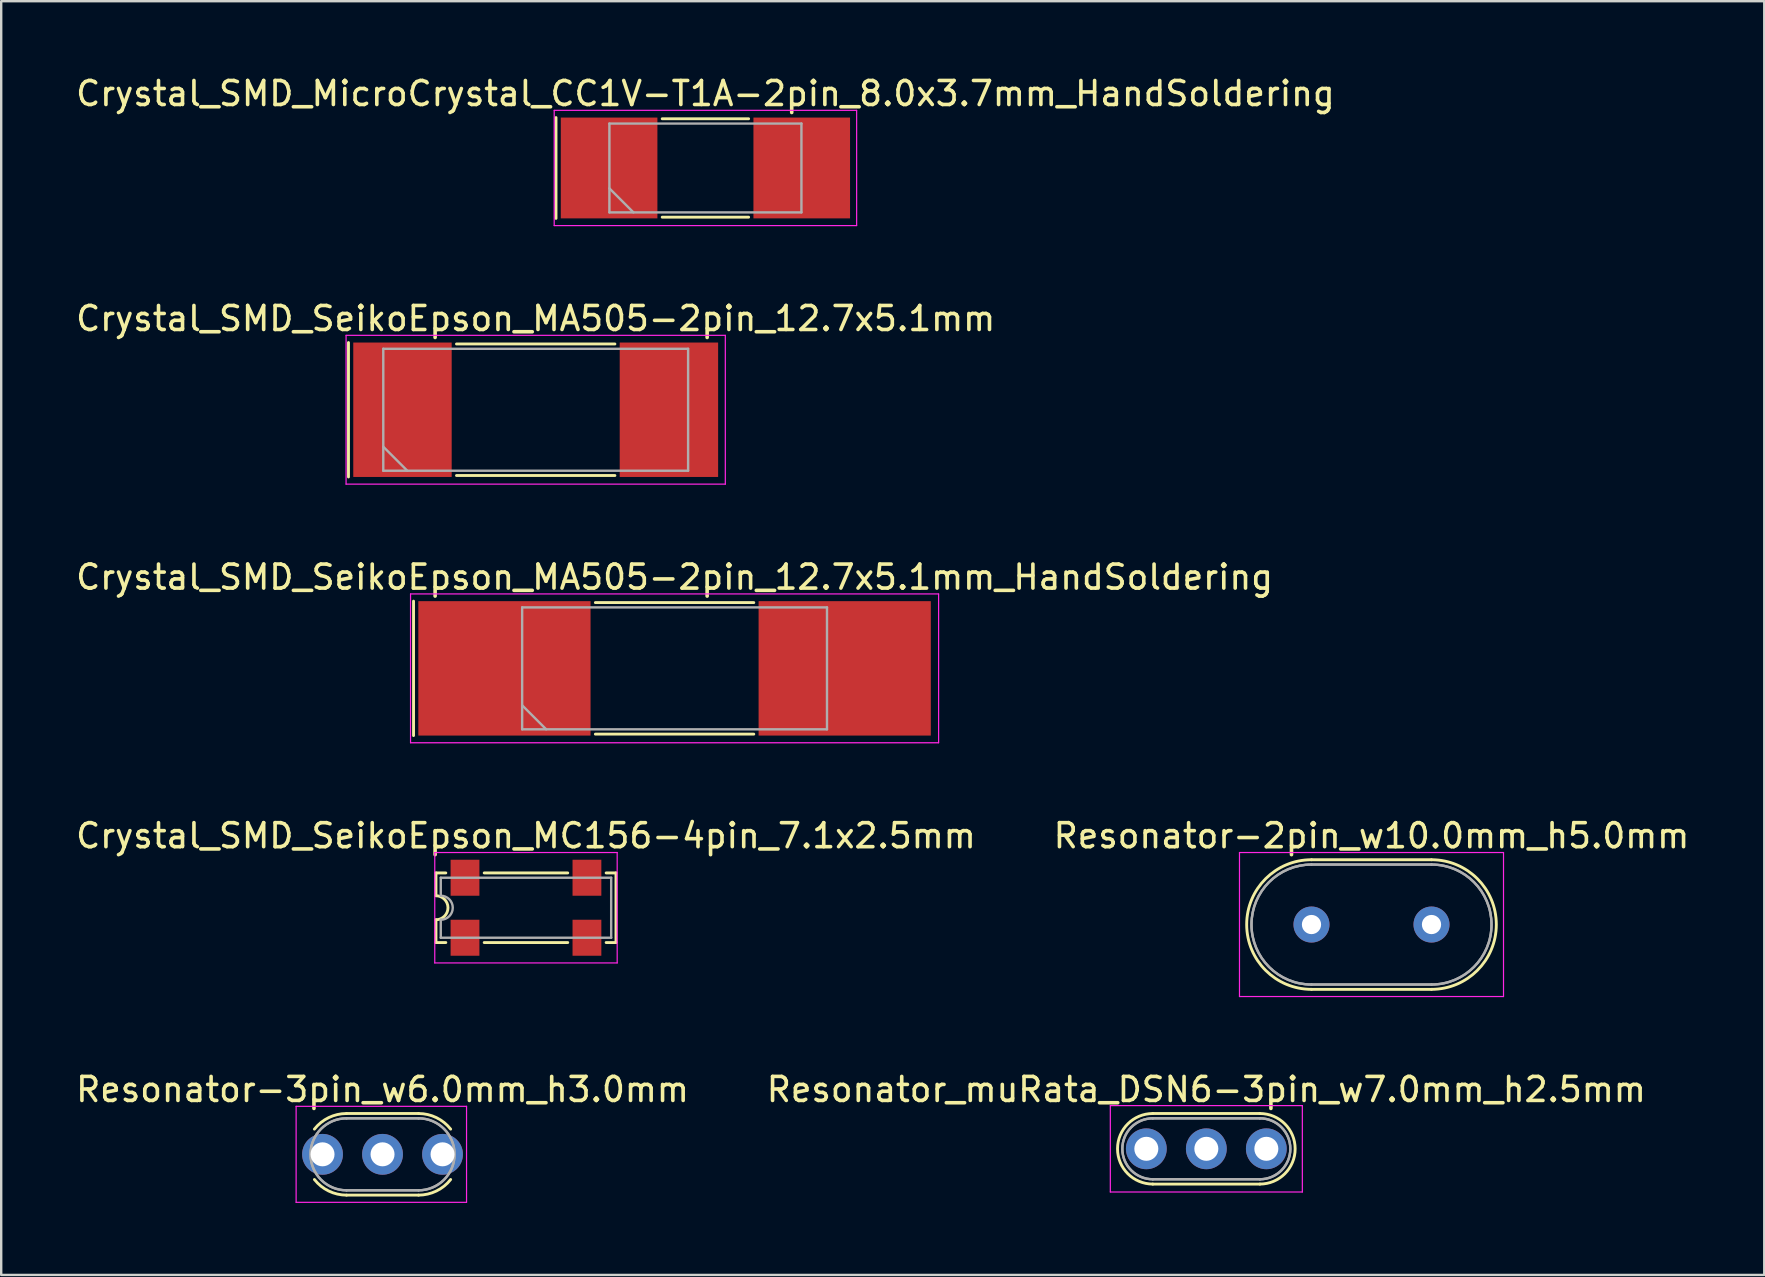
<source format=kicad_pcb>
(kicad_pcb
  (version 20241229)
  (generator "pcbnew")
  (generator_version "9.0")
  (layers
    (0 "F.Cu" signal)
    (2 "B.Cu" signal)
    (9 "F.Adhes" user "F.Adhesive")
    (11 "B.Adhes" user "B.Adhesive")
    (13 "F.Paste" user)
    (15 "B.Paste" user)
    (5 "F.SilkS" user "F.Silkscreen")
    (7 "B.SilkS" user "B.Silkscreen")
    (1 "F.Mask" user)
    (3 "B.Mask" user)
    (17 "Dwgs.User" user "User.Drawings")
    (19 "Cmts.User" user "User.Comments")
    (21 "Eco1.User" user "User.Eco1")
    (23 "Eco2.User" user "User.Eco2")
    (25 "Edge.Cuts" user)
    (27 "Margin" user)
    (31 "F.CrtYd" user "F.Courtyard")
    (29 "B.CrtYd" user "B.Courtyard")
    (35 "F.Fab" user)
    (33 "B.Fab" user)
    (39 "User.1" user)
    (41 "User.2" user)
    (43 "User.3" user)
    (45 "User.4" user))
  (footprint "Crystal_SMD_SeikoEpson_MA505-2pin_12.7x5.1mm"
    (layer "F.Cu")
    (at 19.268 14.021)
    (property "Reference" "Crystal_SMD_SeikoEpson_MA505-2pin_12.7x5.1mm" (at 0 -3.8 0) (layer "F.SilkS") (effects (font (size 1 1) (thickness 0.15))))
    (attr smd)
    (fp_line (start -7.8 -2.8) (end -7.8 2.8) (stroke (width 0.12) (type solid)) (layer "F.SilkS"))
    (fp_line (start -3.3 -2.74) (end 3.3 -2.74) (stroke (width 0.12) (type solid)) (layer "F.SilkS"))
    (fp_line (start -3.3 2.74) (end 3.3 2.74) (stroke (width 0.12) (type solid)) (layer "F.SilkS"))
    (fp_line (start -7.9 -3.1) (end -7.9 3.1) (stroke (width 0.05) (type solid)) (layer "F.CrtYd"))
    (fp_line (start -7.9 3.1) (end 7.9 3.1) (stroke (width 0.05) (type solid)) (layer "F.CrtYd"))
    (fp_line (start 7.9 -3.1) (end -7.9 -3.1) (stroke (width 0.05) (type solid)) (layer "F.CrtYd"))
    (fp_line (start 7.9 3.1) (end 7.9 -3.1) (stroke (width 0.05) (type solid)) (layer "F.CrtYd"))
    (fp_line (start -6.35 -2.54) (end -6.35 2.54) (stroke (width 0.1) (type solid)) (layer "F.Fab"))
    (fp_line (start -6.35 1.54) (end -5.35 2.54) (stroke (width 0.1) (type solid)) (layer "F.Fab"))
    (fp_line (start -6.35 2.54) (end 6.35 2.54) (stroke (width 0.1) (type solid)) (layer "F.Fab"))
    (fp_line (start 6.35 -2.54) (end -6.35 -2.54) (stroke (width 0.1) (type solid)) (layer "F.Fab"))
    (fp_line (start 6.35 2.54) (end 6.35 -2.54) (stroke (width 0.1) (type solid)) (layer "F.Fab"))
    (pad "1" smd rect (at -5.55 0) (size 4.1 5.6) (layers "F.Cu" "F.Mask"))
    (pad "2" smd rect (at 5.55 0) (size 4.1 5.6) (layers "F.Cu" "F.Mask")))
  (footprint "Crystal_SMD_MicroCrystal_CC1V-T1A-2pin_8.0x3.7mm_HandSoldering"
    (layer "F.Cu")
    (at 26.339 3.948)
    (property "Reference" "Crystal_SMD_MicroCrystal_CC1V-T1A-2pin_8.0x3.7mm_HandSoldering" (at 0 -3.1 0) (layer "F.SilkS") (effects (font (size 1 1) (thickness 0.15))))
    (attr smd)
    (fp_line (start -6.225 -2.1) (end -6.225 2.1) (stroke (width 0.12) (type solid)) (layer "F.SilkS"))
    (fp_line (start -1.8 -2.05) (end 1.8 -2.05) (stroke (width 0.12) (type solid)) (layer "F.SilkS"))
    (fp_line (start -1.8 2.05) (end 1.8 2.05) (stroke (width 0.12) (type solid)) (layer "F.SilkS"))
    (fp_line (start -6.3 -2.4) (end -6.3 2.4) (stroke (width 0.05) (type solid)) (layer "F.CrtYd"))
    (fp_line (start -6.3 2.4) (end 6.3 2.4) (stroke (width 0.05) (type solid)) (layer "F.CrtYd"))
    (fp_line (start 6.3 -2.4) (end -6.3 -2.4) (stroke (width 0.05) (type solid)) (layer "F.CrtYd"))
    (fp_line (start 6.3 2.4) (end 6.3 -2.4) (stroke (width 0.05) (type solid)) (layer "F.CrtYd"))
    (fp_line (start -4 -1.85) (end -4 1.85) (stroke (width 0.1) (type solid)) (layer "F.Fab"))
    (fp_line (start -4 0.85) (end -3 1.85) (stroke (width 0.1) (type solid)) (layer "F.Fab"))
    (fp_line (start -4 1.85) (end 4 1.85) (stroke (width 0.1) (type solid)) (layer "F.Fab"))
    (fp_line (start 4 -1.85) (end -4 -1.85) (stroke (width 0.1) (type solid)) (layer "F.Fab"))
    (fp_line (start 4 1.85) (end 4 -1.85) (stroke (width 0.1) (type solid)) (layer "F.Fab"))
    (pad "1" smd rect (at -4.013 0) (size 4.025 4.2) (layers "F.Cu" "F.Mask"))
    (pad "2" smd rect (at 4.013 0) (size 4.025 4.2) (layers "F.Cu" "F.Mask")))
  (footprint "Resonator_muRata_DSN6-3pin_w7.0mm_h2.5mm"
    (layer "F.Cu")
    (at 44.708 44.811)
    (property "Reference" "Resonator_muRata_DSN6-3pin_w7.0mm_h2.5mm" (at 2.5 -2.47 0) (layer "F.SilkS") (effects (font (size 1 1) (thickness 0.15))))
    (attr through_hole)
    (fp_line (start 0.27 -1.47) (end 4.73 -1.47) (stroke (width 0.12) (type solid)) (layer "F.SilkS"))
    (fp_line (start 0.27 1.47) (end 4.73 1.47) (stroke (width 0.12) (type solid)) (layer "F.SilkS"))
    (fp_arc (start 0.27 1.47) (mid -1.2 0) (end 0.27 -1.47) (stroke (width 0.12) (type solid)) (layer "F.SilkS"))
    (fp_arc (start 4.73 -1.47) (mid 6.2 0) (end 4.73 1.47) (stroke (width 0.12) (type solid)) (layer "F.SilkS"))
    (fp_line (start -1.5 -1.8) (end -1.5 1.8) (stroke (width 0.05) (type solid)) (layer "F.CrtYd"))
    (fp_line (start -1.5 1.8) (end 6.5 1.8) (stroke (width 0.05) (type solid)) (layer "F.CrtYd"))
    (fp_line (start 6.5 -1.8) (end -1.5 -1.8) (stroke (width 0.05) (type solid)) (layer "F.CrtYd"))
    (fp_line (start 6.5 1.8) (end 6.5 -1.8) (stroke (width 0.05) (type solid)) (layer "F.CrtYd"))
    (fp_line (start 0.27 -1.27) (end 4.73 -1.27) (stroke (width 0.1) (type solid)) (layer "F.Fab"))
    (fp_line (start 0.27 -1.27) (end 4.73 -1.27) (stroke (width 0.1) (type solid)) (layer "F.Fab"))
    (fp_line (start 0.27 1.27) (end 4.73 1.27) (stroke (width 0.1) (type solid)) (layer "F.Fab"))
    (fp_line (start 0.27 1.27) (end 4.73 1.27) (stroke (width 0.1) (type solid)) (layer "F.Fab"))
    (fp_arc (start 0.27 1.27) (mid -1 0) (end 0.27 -1.27) (stroke (width 0.1) (type solid)) (layer "F.Fab"))
    (fp_arc (start 0.27 1.27) (mid -1 0) (end 0.27 -1.27) (stroke (width 0.1) (type solid)) (layer "F.Fab"))
    (fp_arc (start 4.73 -1.27) (mid 6 0) (end 4.73 1.27) (stroke (width 0.1) (type solid)) (layer "F.Fab"))
    (fp_arc (start 4.73 -1.27) (mid 6 0) (end 4.73 1.27) (stroke (width 0.1) (type solid)) (layer "F.Fab"))
    (pad "1" thru_hole circle (at 0 0) (size 1.7 1.7) (drill 1) (layers "*.Cu" "*.Mask"))
    (pad "2" thru_hole circle (at 2.5 0) (size 1.7 1.7) (drill 1) (layers "*.Cu" "*.Mask"))
    (pad "3" thru_hole circle (at 5 0) (size 1.7 1.7) (drill 1) (layers "*.Cu" "*.Mask")))
  (footprint "Crystal_SMD_SeikoEpson_MC156-4pin_7.1x2.5mm"
    (layer "F.Cu")
    (at 18.863 34.768)
    (property "Reference" "Crystal_SMD_SeikoEpson_MC156-4pin_7.1x2.5mm" (at 0 -3 0) (layer "F.SilkS") (effects (font (size 1 1) (thickness 0.15))))
    (attr smd)
    (fp_line (start -3.75 -1.45) (end -3.34 -1.45) (stroke (width 0.12) (type solid)) (layer "F.SilkS"))
    (fp_line (start -3.75 -0.5) (end -3.75 -1.45) (stroke (width 0.12) (type solid)) (layer "F.SilkS"))
    (fp_line (start -3.75 1.45) (end -3.75 0.5) (stroke (width 0.12) (type solid)) (layer "F.SilkS"))
    (fp_line (start -3.75 1.45) (end -3.34 1.45) (stroke (width 0.12) (type solid)) (layer "F.SilkS"))
    (fp_line (start -1.74 -1.45) (end 1.74 -1.45) (stroke (width 0.12) (type solid)) (layer "F.SilkS"))
    (fp_line (start 1.74 1.45) (end -1.74 1.45) (stroke (width 0.12) (type solid)) (layer "F.SilkS"))
    (fp_line (start 3.34 -1.45) (end 3.75 -1.45) (stroke (width 0.12) (type solid)) (layer "F.SilkS"))
    (fp_line (start 3.75 -1.45) (end 3.75 1.45) (stroke (width 0.12) (type solid)) (layer "F.SilkS"))
    (fp_line (start 3.75 1.45) (end 3.34 1.45) (stroke (width 0.12) (type solid)) (layer "F.SilkS"))
    (fp_arc (start -3.75 -0.5) (mid -3.25 0) (end -3.75 0.5) (stroke (width 0.12) (type solid)) (layer "F.SilkS"))
    (fp_line (start -3.8 -2.3) (end -3.8 2.3) (stroke (width 0.05) (type solid)) (layer "F.CrtYd"))
    (fp_line (start -3.8 2.3) (end 3.8 2.3) (stroke (width 0.05) (type solid)) (layer "F.CrtYd"))
    (fp_line (start 3.8 -2.3) (end -3.8 -2.3) (stroke (width 0.05) (type solid)) (layer "F.CrtYd"))
    (fp_line (start 3.8 2.3) (end 3.8 -2.3) (stroke (width 0.05) (type solid)) (layer "F.CrtYd"))
    (fp_line (start -3.55 -1.25) (end 3.55 -1.25) (stroke (width 0.1) (type solid)) (layer "F.Fab"))
    (fp_line (start -3.55 -0.5) (end -3.55 -1.25) (stroke (width 0.1) (type solid)) (layer "F.Fab"))
    (fp_line (start -3.55 1.25) (end -3.55 0.5) (stroke (width 0.1) (type solid)) (layer "F.Fab"))
    (fp_line (start 3.55 -1.25) (end 3.55 1.25) (stroke (width 0.1) (type solid)) (layer "F.Fab"))
    (fp_line (start 3.55 1.25) (end -3.55 1.25) (stroke (width 0.1) (type solid)) (layer "F.Fab"))
    (fp_arc (start -3.55 -0.5) (mid -3.05 0) (end -3.55 0.5) (stroke (width 0.1) (type solid)) (layer "F.Fab"))
    (pad "1" smd rect (at -2.54 1.25) (size 1.2 1.5) (layers "F.Cu" "F.Mask"))
    (pad "2" smd rect (at 2.54 1.25) (size 1.2 1.5) (layers "F.Cu" "F.Mask"))
    (pad "3" smd rect (at 2.54 -1.25) (size 1.2 1.5) (layers "F.Cu" "F.Mask"))
    (pad "4" smd rect (at -2.54 -1.25) (size 1.2 1.5) (layers "F.Cu" "F.Mask")))
  (footprint "Crystal_SMD_SeikoEpson_MA505-2pin_12.7x5.1mm_HandSoldering"
    (layer "F.Cu")
    (at 25.054 24.795)
    (property "Reference" "Crystal_SMD_SeikoEpson_MA505-2pin_12.7x5.1mm_HandSoldering" (at 0 -3.8 0) (layer "F.SilkS") (effects (font (size 1 1) (thickness 0.15))))
    (attr smd)
    (fp_line (start -10.875 -2.8) (end -10.875 2.8) (stroke (width 0.12) (type solid)) (layer "F.SilkS"))
    (fp_line (start -3.3 -2.74) (end 3.3 -2.74) (stroke (width 0.12) (type solid)) (layer "F.SilkS"))
    (fp_line (start -3.3 2.74) (end 3.3 2.74) (stroke (width 0.12) (type solid)) (layer "F.SilkS"))
    (fp_line (start -11 -3.1) (end -11 3.1) (stroke (width 0.05) (type solid)) (layer "F.CrtYd"))
    (fp_line (start -11 3.1) (end 11 3.1) (stroke (width 0.05) (type solid)) (layer "F.CrtYd"))
    (fp_line (start 11 -3.1) (end -11 -3.1) (stroke (width 0.05) (type solid)) (layer "F.CrtYd"))
    (fp_line (start 11 3.1) (end 11 -3.1) (stroke (width 0.05) (type solid)) (layer "F.CrtYd"))
    (fp_line (start -6.35 -2.54) (end -6.35 2.54) (stroke (width 0.1) (type solid)) (layer "F.Fab"))
    (fp_line (start -6.35 1.54) (end -5.35 2.54) (stroke (width 0.1) (type solid)) (layer "F.Fab"))
    (fp_line (start -6.35 2.54) (end 6.35 2.54) (stroke (width 0.1) (type solid)) (layer "F.Fab"))
    (fp_line (start 6.35 -2.54) (end -6.35 -2.54) (stroke (width 0.1) (type solid)) (layer "F.Fab"))
    (fp_line (start 6.35 2.54) (end 6.35 -2.54) (stroke (width 0.1) (type solid)) (layer "F.Fab"))
    (pad "1" smd rect (at -7.088 0) (size 7.175 5.6) (layers "F.Cu" "F.Mask"))
    (pad "2" smd rect (at 7.088 0) (size 7.175 5.6) (layers "F.Cu" "F.Mask")))
  (footprint "Resonator-2pin_w10.0mm_h5.0mm"
    (layer "F.Cu")
    (at 51.589 35.468)
    (property "Reference" "Resonator-2pin_w10.0mm_h5.0mm" (at 2.5 -3.7 0) (layer "F.SilkS") (effects (font (size 1 1) (thickness 0.15))))
    (attr through_hole)
    (fp_line (start 0 -2.7) (end 5 -2.7) (stroke (width 0.12) (type solid)) (layer "F.SilkS"))
    (fp_line (start 0 2.7) (end 5 2.7) (stroke (width 0.12) (type solid)) (layer "F.SilkS"))
    (fp_arc (start 0 2.7) (mid -2.7 0) (end 0 -2.7) (stroke (width 0.12) (type solid)) (layer "F.SilkS"))
    (fp_arc (start 5 -2.7) (mid 7.7 0) (end 5 2.7) (stroke (width 0.12) (type solid)) (layer "F.SilkS"))
    (fp_line (start -3 -3) (end -3 3) (stroke (width 0.05) (type solid)) (layer "F.CrtYd"))
    (fp_line (start -3 3) (end 8 3) (stroke (width 0.05) (type solid)) (layer "F.CrtYd"))
    (fp_line (start 8 -3) (end -3 -3) (stroke (width 0.05) (type solid)) (layer "F.CrtYd"))
    (fp_line (start 8 3) (end 8 -3) (stroke (width 0.05) (type solid)) (layer "F.CrtYd"))
    (fp_line (start 0 -2.5) (end 5 -2.5) (stroke (width 0.1) (type solid)) (layer "F.Fab"))
    (fp_line (start 0 -2.5) (end 5 -2.5) (stroke (width 0.1) (type solid)) (layer "F.Fab"))
    (fp_line (start 0 2.5) (end 5 2.5) (stroke (width 0.1) (type solid)) (layer "F.Fab"))
    (fp_line (start 0 2.5) (end 5 2.5) (stroke (width 0.1) (type solid)) (layer "F.Fab"))
    (fp_arc (start 0 2.5) (mid -2.5 0) (end 0 -2.5) (stroke (width 0.1) (type solid)) (layer "F.Fab"))
    (fp_arc (start 0 2.5) (mid -2.5 0) (end 0 -2.5) (stroke (width 0.1) (type solid)) (layer "F.Fab"))
    (fp_arc (start 5 -2.5) (mid 7.5 0) (end 5 2.5) (stroke (width 0.1) (type solid)) (layer "F.Fab"))
    (fp_arc (start 5 -2.5) (mid 7.5 0) (end 5 2.5) (stroke (width 0.1) (type solid)) (layer "F.Fab"))
    (pad "1" thru_hole circle (at 0 0) (size 1.5 1.5) (drill 0.8) (layers "*.Cu" "*.Mask"))
    (pad "2" thru_hole circle (at 5 0) (size 1.5 1.5) (drill 0.8) (layers "*.Cu" "*.Mask")))
  (footprint "Resonator-3pin_w6.0mm_h3.0mm"
    (layer "F.Cu")
    (at 10.387 45.041)
    (property "Reference" "Resonator-3pin_w6.0mm_h3.0mm" (at 2.5 -2.7 0) (layer "F.SilkS") (effects (font (size 1 1) (thickness 0.15))))
    (attr through_hole)
    (fp_line (start 1 -1.7) (end 4 -1.7) (stroke (width 0.12) (type solid)) (layer "F.SilkS"))
    (fp_line (start 1 1.7) (end 4 1.7) (stroke (width 0.12) (type solid)) (layer "F.SilkS"))
    (fp_arc (start -0.33779 -1.048961) (mid 0.256102 -1.5286) (end 1 -1.7) (stroke (width 0.12) (type solid)) (layer "F.SilkS"))
    (fp_arc (start 1 1.7) (mid 0.256103 1.5286) (end -0.33779 1.048961) (stroke (width 0.12) (type solid)) (layer "F.SilkS"))
    (fp_arc (start 4 -1.7) (mid 4.743897 -1.5286) (end 5.33779 -1.048961) (stroke (width 0.12) (type solid)) (layer "F.SilkS"))
    (fp_arc (start 5.33779 1.048961) (mid 4.743898 1.5286) (end 4 1.7) (stroke (width 0.12) (type solid)) (layer "F.SilkS"))
    (fp_line (start -1.1 -2) (end -1.1 2) (stroke (width 0.05) (type solid)) (layer "F.CrtYd"))
    (fp_line (start -1.1 2) (end 6 2) (stroke (width 0.05) (type solid)) (layer "F.CrtYd"))
    (fp_line (start 6 -2) (end -1.1 -2) (stroke (width 0.05) (type solid)) (layer "F.CrtYd"))
    (fp_line (start 6 2) (end 6 -2) (stroke (width 0.05) (type solid)) (layer "F.CrtYd"))
    (fp_line (start 1 -1.5) (end 4 -1.5) (stroke (width 0.1) (type solid)) (layer "F.Fab"))
    (fp_line (start 1 -1.5) (end 4 -1.5) (stroke (width 0.1) (type solid)) (layer "F.Fab"))
    (fp_line (start 1 1.5) (end 4 1.5) (stroke (width 0.1) (type solid)) (layer "F.Fab"))
    (fp_line (start 1 1.5) (end 4 1.5) (stroke (width 0.1) (type solid)) (layer "F.Fab"))
    (fp_arc (start 1 1.5) (mid -0.5 0) (end 1 -1.5) (stroke (width 0.1) (type solid)) (layer "F.Fab"))
    (fp_arc (start 1 1.5) (mid -0.5 0) (end 1 -1.5) (stroke (width 0.1) (type solid)) (layer "F.Fab"))
    (fp_arc (start 4 -1.5) (mid 5.5 0) (end 4 1.5) (stroke (width 0.1) (type solid)) (layer "F.Fab"))
    (fp_arc (start 4 -1.5) (mid 5.5 0) (end 4 1.5) (stroke (width 0.1) (type solid)) (layer "F.Fab"))
    (pad "1" thru_hole circle (at 0 0) (size 1.7 1.7) (drill 1) (layers "*.Cu" "*.Mask"))
    (pad "2" thru_hole circle (at 2.5 0) (size 1.7 1.7) (drill 1) (layers "*.Cu" "*.Mask"))
    (pad "3" thru_hole circle (at 5 0) (size 1.7 1.7) (drill 1) (layers "*.Cu" "*.Mask")))
  (gr_rect
    (start -3 -3)
    (end 70.452 50.066)
    (stroke (width 0.1) (type default))
    (fill no)
    (layer "Edge.Cuts")))
</source>
